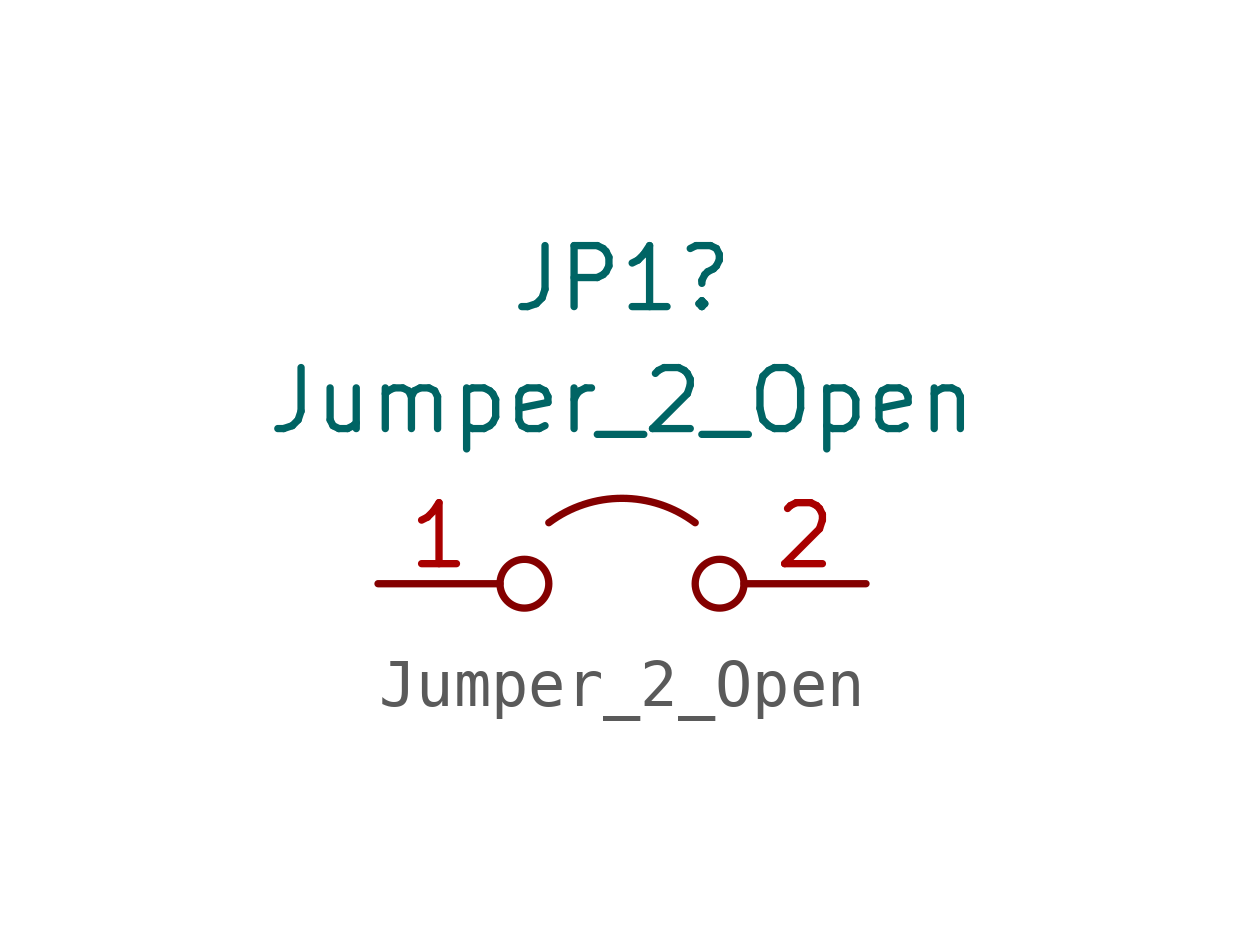
<source format=kicad_sym>
(kicad_symbol_lib
  (version 20220914)
  (generator kicad_symbol_editor)
  (symbol "Jumper_2_Open"
    (pin_names
      (offset 0) hide)
    (property "Reference" "JP1"
      (at 0 6.35 0)
      (effects (font (size 1.27 1.27))))
    (property "Value" "Jumper_2_Open"
      (at 0 3.81 0)
      (effects (font (size 1.27 1.27))))
    (symbol "Jumper_2_Open_0_0"
      (circle (center -2.032 0) (radius 0.508) (stroke (width 0) (type default)) (fill (type none)))
      (circle (center 2.032 0) (radius 0.508) (stroke (width 0) (type default)) (fill (type none))))
    (symbol "Jumper_2_Open_0_1"
      (arc (start 1.524 1.27) (mid 0 1.778) (end -1.524 1.27) (stroke (width 0) (type default)) (fill (type none))))
    (symbol "Jumper_2_Open_1_1"
      (pin passive line (at -5.08 0 0) (length 2.54) (name "A" (effects (font (size 1.27 1.27)))) (number "1" (effects (font (size 1.27 1.27)))))
      (pin passive line (at 5.08 0 180) (length 2.54) (name "B" (effects (font (size 1.27 1.27)))) (number "2" (effects (font (size 1.27 1.27))))))))
</source>
